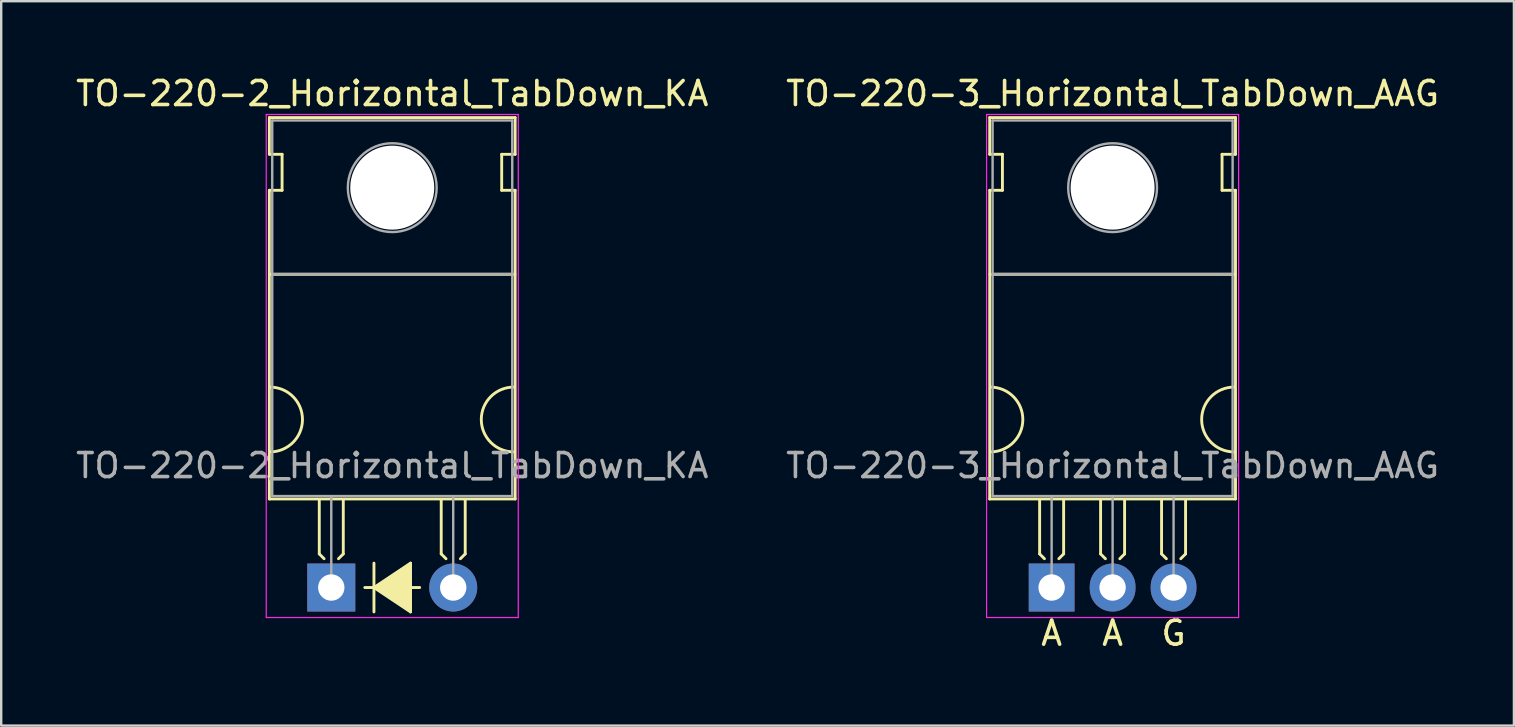
<source format=kicad_pcb>
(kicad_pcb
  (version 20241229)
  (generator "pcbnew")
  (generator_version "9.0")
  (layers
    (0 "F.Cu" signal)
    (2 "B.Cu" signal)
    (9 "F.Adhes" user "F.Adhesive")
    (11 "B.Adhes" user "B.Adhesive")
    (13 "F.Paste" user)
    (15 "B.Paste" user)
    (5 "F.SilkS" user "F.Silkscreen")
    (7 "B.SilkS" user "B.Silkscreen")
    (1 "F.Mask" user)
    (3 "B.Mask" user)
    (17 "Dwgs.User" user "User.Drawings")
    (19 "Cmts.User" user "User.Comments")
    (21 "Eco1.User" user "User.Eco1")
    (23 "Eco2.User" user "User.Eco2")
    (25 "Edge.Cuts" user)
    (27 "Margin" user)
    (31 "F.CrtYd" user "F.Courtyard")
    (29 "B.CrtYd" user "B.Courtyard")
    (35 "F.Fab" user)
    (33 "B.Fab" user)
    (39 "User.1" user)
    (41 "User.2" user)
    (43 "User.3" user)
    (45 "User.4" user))
  (footprint "TO-220-2_Horizontal_TabDown_KA"
    (layer "F.Cu")
    (at 10.752 21.428)
    (property "Reference" "TO-220-2_Horizontal_TabDown_KA" (at 2.54 -20.58 0) (layer "F.SilkS") (effects (font (size 1 1) (thickness 0.15))))
    (attr through_hole)
    (fp_line (start -2.58 -19.58) (end -2.58 -18.05) (stroke (width 0.12) (type solid)) (layer "F.SilkS"))
    (fp_line (start -2.58 -19.58) (end 7.66 -19.58) (stroke (width 0.12) (type solid)) (layer "F.SilkS"))
    (fp_line (start -2.58 -18.05) (end -2.05 -18.05) (stroke (width 0.12) (type solid)) (layer "F.SilkS"))
    (fp_line (start -2.58 -16.55) (end -2.58 -3.69) (stroke (width 0.12) (type solid)) (layer "F.SilkS"))
    (fp_line (start -2.58 -3.69) (end 7.66 -3.69) (stroke (width 0.12) (type solid)) (layer "F.SilkS"))
    (fp_line (start -2.575 -13.05) (end 7.65 -13.05) (stroke (width 0.12) (type solid)) (layer "F.SilkS"))
    (fp_line (start -2.05 -18.05) (end -2.05 -16.55) (stroke (width 0.12) (type solid)) (layer "F.SilkS"))
    (fp_line (start -2.05 -16.55) (end -2.575 -16.55) (stroke (width 0.12) (type solid)) (layer "F.SilkS"))
    (fp_line (start -0.5 -3.65) (end -0.5 -1.4) (stroke (width 0.12) (type solid)) (layer "F.SilkS"))
    (fp_line (start -0.5 -1.4) (end -0.3 -1.2) (stroke (width 0.12) (type solid)) (layer "F.SilkS"))
    (fp_line (start 0.5 -3.65) (end 0.5 -1.4) (stroke (width 0.12) (type solid)) (layer "F.SilkS"))
    (fp_line (start 0.5 -1.4) (end 0.3 -1.2) (stroke (width 0.12) (type solid)) (layer "F.SilkS"))
    (fp_line (start 1.397 0) (end 1.778 0) (stroke (width 0.12) (type solid)) (layer "F.SilkS"))
    (fp_line (start 1.778 0) (end 1.778 -1.016) (stroke (width 0.12) (type solid)) (layer "F.SilkS"))
    (fp_line (start 1.778 0) (end 1.778 1.016) (stroke (width 0.12) (type solid)) (layer "F.SilkS"))
    (fp_line (start 1.778 0) (end 3.302 1.016) (stroke (width 0.12) (type solid)) (layer "F.SilkS"))
    (fp_line (start 3.302 -1.016) (end 1.778 0) (stroke (width 0.12) (type solid)) (layer "F.SilkS"))
    (fp_line (start 3.302 0) (end 3.683 0) (stroke (width 0.12) (type solid)) (layer "F.SilkS"))
    (fp_line (start 3.302 1.016) (end 3.302 -1.016) (stroke (width 0.12) (type solid)) (layer "F.SilkS"))
    (fp_line (start 4.58 -3.65) (end 4.58 -1.4) (stroke (width 0.12) (type solid)) (layer "F.SilkS"))
    (fp_line (start 4.58 -1.4) (end 4.78 -1.2) (stroke (width 0.12) (type solid)) (layer "F.SilkS"))
    (fp_line (start 5.58 -3.65) (end 5.58 -1.4) (stroke (width 0.12) (type solid)) (layer "F.SilkS"))
    (fp_line (start 5.58 -1.4) (end 5.38 -1.2) (stroke (width 0.12) (type solid)) (layer "F.SilkS"))
    (fp_line (start 7.1 -18.05) (end 7.66 -18.05) (stroke (width 0.12) (type solid)) (layer "F.SilkS"))
    (fp_line (start 7.1 -16.55) (end 7.1 -18.05) (stroke (width 0.12) (type solid)) (layer "F.SilkS"))
    (fp_line (start 7.66 -19.58) (end 7.66 -18.05) (stroke (width 0.12) (type solid)) (layer "F.SilkS"))
    (fp_line (start 7.66 -16.55) (end 7.1 -16.55) (stroke (width 0.12) (type solid)) (layer "F.SilkS"))
    (fp_line (start 7.66 -16.55) (end 7.66 -3.69) (stroke (width 0.12) (type solid)) (layer "F.SilkS"))
    (fp_arc (start -2.55 -8.35) (mid -1.2 -7) (end -2.55 -5.65) (stroke (width 0.12) (type solid)) (layer "F.SilkS"))
    (fp_arc (start 7.6 -5.65) (mid 6.25 -7) (end 7.6 -8.35) (stroke (width 0.12) (type solid)) (layer "F.SilkS"))
    (fp_poly (pts (xy 3.3 1) (xy 1.8 0) (xy 3.3 -1)) (stroke (width 0.1) (type solid)) (fill yes) (layer "F.SilkS"))
    (fp_line (start -2.71 -19.71) (end -2.71 1.25) (stroke (width 0.05) (type solid)) (layer "F.CrtYd"))
    (fp_line (start -2.71 1.25) (end 7.79 1.25) (stroke (width 0.05) (type solid)) (layer "F.CrtYd"))
    (fp_line (start 7.79 -19.71) (end -2.71 -19.71) (stroke (width 0.05) (type solid)) (layer "F.CrtYd"))
    (fp_line (start 7.79 1.25) (end 7.79 -19.71) (stroke (width 0.05) (type solid)) (layer "F.CrtYd"))
    (fp_line (start -2.46 -19.46) (end 7.54 -19.46) (stroke (width 0.1) (type solid)) (layer "F.Fab"))
    (fp_line (start -2.46 -13.06) (end -2.46 -19.46) (stroke (width 0.1) (type solid)) (layer "F.Fab"))
    (fp_line (start -2.46 -13.06) (end 7.54 -13.06) (stroke (width 0.1) (type solid)) (layer "F.Fab"))
    (fp_line (start -2.46 -3.81) (end -2.46 -13.06) (stroke (width 0.1) (type solid)) (layer "F.Fab"))
    (fp_line (start 0 -3.81) (end 0 0) (stroke (width 0.1) (type solid)) (layer "F.Fab"))
    (fp_line (start 5.08 -3.81) (end 5.08 0) (stroke (width 0.1) (type solid)) (layer "F.Fab"))
    (fp_line (start 7.54 -19.46) (end 7.54 -13.06) (stroke (width 0.1) (type solid)) (layer "F.Fab"))
    (fp_line (start 7.54 -13.06) (end -2.46 -13.06) (stroke (width 0.1) (type solid)) (layer "F.Fab"))
    (fp_line (start 7.54 -13.06) (end 7.54 -3.81) (stroke (width 0.1) (type solid)) (layer "F.Fab"))
    (fp_line (start 7.54 -3.81) (end -2.46 -3.81) (stroke (width 0.1) (type solid)) (layer "F.Fab"))
    (fp_circle (center 2.54 -16.66) (end 4.39 -16.66) (stroke (width 0.1) (type solid)) (fill no) (layer "F.Fab"))
    (fp_text user "${REFERENCE}" (at 2.54 -5.08 0) (layer "F.Fab") (effects (font (size 1 1) (thickness 0.15))))
    (pad "" np_thru_hole oval (at 2.54 -16.66) (size 3.5 3.5) (drill 3.5) (layers "*.Cu" "*.Mask"))
    (pad "1" thru_hole rect (at 0 0) (size 2 2) (drill 1.1) (layers "*.Cu" "*.Mask"))
    (pad "2" thru_hole oval (at 5.08 0) (size 2 2) (drill 1.1) (layers "*.Cu" "*.Mask")))
  (footprint "TO-220-3_Horizontal_TabDown_AAG"
    (layer "F.Cu")
    (at 40.764 21.428)
    (property "Reference" "TO-220-3_Horizontal_TabDown_AAG" (at 2.54 -20.58 0) (layer "F.SilkS") (effects (font (size 1 1) (thickness 0.15))))
    (fp_line (start -2.58 -19.58) (end -2.58 -18.05) (stroke (width 0.12) (type solid)) (layer "F.SilkS"))
    (fp_line (start -2.58 -19.58) (end 7.66 -19.58) (stroke (width 0.12) (type solid)) (layer "F.SilkS"))
    (fp_line (start -2.58 -18.05) (end -2.05 -18.05) (stroke (width 0.12) (type solid)) (layer "F.SilkS"))
    (fp_line (start -2.58 -16.55) (end -2.58 -3.69) (stroke (width 0.12) (type solid)) (layer "F.SilkS"))
    (fp_line (start -2.58 -3.69) (end 7.66 -3.69) (stroke (width 0.12) (type solid)) (layer "F.SilkS"))
    (fp_line (start -2.575 -13.05) (end 7.65 -13.05) (stroke (width 0.12) (type solid)) (layer "F.SilkS"))
    (fp_line (start -2.05 -18.05) (end -2.05 -16.55) (stroke (width 0.12) (type solid)) (layer "F.SilkS"))
    (fp_line (start -2.05 -16.55) (end -2.575 -16.55) (stroke (width 0.12) (type solid)) (layer "F.SilkS"))
    (fp_line (start -0.5 -3.65) (end -0.5 -1.4) (stroke (width 0.12) (type solid)) (layer "F.SilkS"))
    (fp_line (start -0.5 -1.4) (end -0.3 -1.2) (stroke (width 0.12) (type solid)) (layer "F.SilkS"))
    (fp_line (start 0.5 -3.65) (end 0.5 -1.4) (stroke (width 0.12) (type solid)) (layer "F.SilkS"))
    (fp_line (start 0.5 -1.4) (end 0.3 -1.2) (stroke (width 0.12) (type solid)) (layer "F.SilkS"))
    (fp_line (start 2.04 -3.65) (end 2.04 -1.4) (stroke (width 0.12) (type solid)) (layer "F.SilkS"))
    (fp_line (start 2.04 -1.4) (end 2.24 -1.2) (stroke (width 0.12) (type solid)) (layer "F.SilkS"))
    (fp_line (start 3.04 -3.65) (end 3.04 -1.4) (stroke (width 0.12) (type solid)) (layer "F.SilkS"))
    (fp_line (start 3.04 -1.4) (end 2.84 -1.2) (stroke (width 0.12) (type solid)) (layer "F.SilkS"))
    (fp_line (start 4.58 -3.65) (end 4.58 -1.4) (stroke (width 0.12) (type solid)) (layer "F.SilkS"))
    (fp_line (start 4.58 -1.4) (end 4.78 -1.2) (stroke (width 0.12) (type solid)) (layer "F.SilkS"))
    (fp_line (start 5.58 -3.65) (end 5.58 -1.4) (stroke (width 0.12) (type solid)) (layer "F.SilkS"))
    (fp_line (start 5.58 -1.4) (end 5.38 -1.2) (stroke (width 0.12) (type solid)) (layer "F.SilkS"))
    (fp_line (start 7.1 -18.05) (end 7.66 -18.05) (stroke (width 0.12) (type solid)) (layer "F.SilkS"))
    (fp_line (start 7.1 -16.55) (end 7.1 -18.05) (stroke (width 0.12) (type solid)) (layer "F.SilkS"))
    (fp_line (start 7.66 -19.58) (end 7.66 -18.05) (stroke (width 0.12) (type solid)) (layer "F.SilkS"))
    (fp_line (start 7.66 -16.55) (end 7.1 -16.55) (stroke (width 0.12) (type solid)) (layer "F.SilkS"))
    (fp_line (start 7.66 -16.55) (end 7.66 -3.69) (stroke (width 0.12) (type solid)) (layer "F.SilkS"))
    (fp_arc (start -2.55 -8.35) (mid -1.2 -7) (end -2.55 -5.65) (stroke (width 0.12) (type solid)) (layer "F.SilkS"))
    (fp_arc (start 7.6 -5.65) (mid 6.25 -7) (end 7.6 -8.35) (stroke (width 0.12) (type solid)) (layer "F.SilkS"))
    (fp_line (start -2.71 -19.71) (end -2.71 1.25) (stroke (width 0.05) (type solid)) (layer "F.CrtYd"))
    (fp_line (start -2.71 1.25) (end 7.79 1.25) (stroke (width 0.05) (type solid)) (layer "F.CrtYd"))
    (fp_line (start 7.79 -19.71) (end -2.71 -19.71) (stroke (width 0.05) (type solid)) (layer "F.CrtYd"))
    (fp_line (start 7.79 1.25) (end 7.79 -19.71) (stroke (width 0.05) (type solid)) (layer "F.CrtYd"))
    (fp_line (start -2.46 -19.46) (end 7.54 -19.46) (stroke (width 0.1) (type solid)) (layer "F.Fab"))
    (fp_line (start -2.46 -13.06) (end -2.46 -19.46) (stroke (width 0.1) (type solid)) (layer "F.Fab"))
    (fp_line (start -2.46 -13.06) (end 7.54 -13.06) (stroke (width 0.1) (type solid)) (layer "F.Fab"))
    (fp_line (start -2.46 -3.81) (end -2.46 -13.06) (stroke (width 0.1) (type solid)) (layer "F.Fab"))
    (fp_line (start 0 -3.81) (end 0 0) (stroke (width 0.1) (type solid)) (layer "F.Fab"))
    (fp_line (start 2.54 -3.81) (end 2.54 0) (stroke (width 0.1) (type solid)) (layer "F.Fab"))
    (fp_line (start 5.08 -3.81) (end 5.08 0) (stroke (width 0.1) (type solid)) (layer "F.Fab"))
    (fp_line (start 7.54 -19.46) (end 7.54 -13.06) (stroke (width 0.1) (type solid)) (layer "F.Fab"))
    (fp_line (start 7.54 -13.06) (end -2.46 -13.06) (stroke (width 0.1) (type solid)) (layer "F.Fab"))
    (fp_line (start 7.54 -13.06) (end 7.54 -3.81) (stroke (width 0.1) (type solid)) (layer "F.Fab"))
    (fp_line (start 7.54 -3.81) (end -2.46 -3.81) (stroke (width 0.1) (type solid)) (layer "F.Fab"))
    (fp_circle (center 2.54 -16.66) (end 4.39 -16.66) (stroke (width 0.1) (type solid)) (fill no) (layer "F.Fab"))
    (fp_text user "A" (at 2.54 1.905 0) (unlocked yes) (layer "F.SilkS") (effects (font (size 1 1) (thickness 0.15))))
    (fp_text user "A" (at 0 1.905 0) (unlocked yes) (layer "F.SilkS") (effects (font (size 1 1) (thickness 0.15))))
    (fp_text user "G" (at 5.08 1.905 0) (unlocked yes) (layer "F.SilkS") (effects (font (size 1 1) (thickness 0.15))))
    (fp_text user "${REFERENCE}" (at 2.54 -5.08 0) (layer "F.Fab") (effects (font (size 1 1) (thickness 0.15))))
    (pad "" np_thru_hole oval (at 2.54 -16.66) (size 3.5 3.5) (drill 3.5) (layers "*.Cu" "*.Mask"))
    (pad "1" thru_hole rect (at 0 0) (size 1.905 2) (drill 1.1) (layers "*.Cu" "*.Mask"))
    (pad "2" thru_hole oval (at 2.54 0) (size 1.905 2) (drill 1.1) (layers "*.Cu" "*.Mask"))
    (pad "3" thru_hole oval (at 5.08 0) (size 1.905 2) (drill 1.1) (layers "*.Cu" "*.Mask")))
  (gr_rect
    (start -3 -3)
    (end 60.024 27.181)
    (stroke (width 0.1) (type default))
    (fill no)
    (layer "Edge.Cuts")))
</source>
